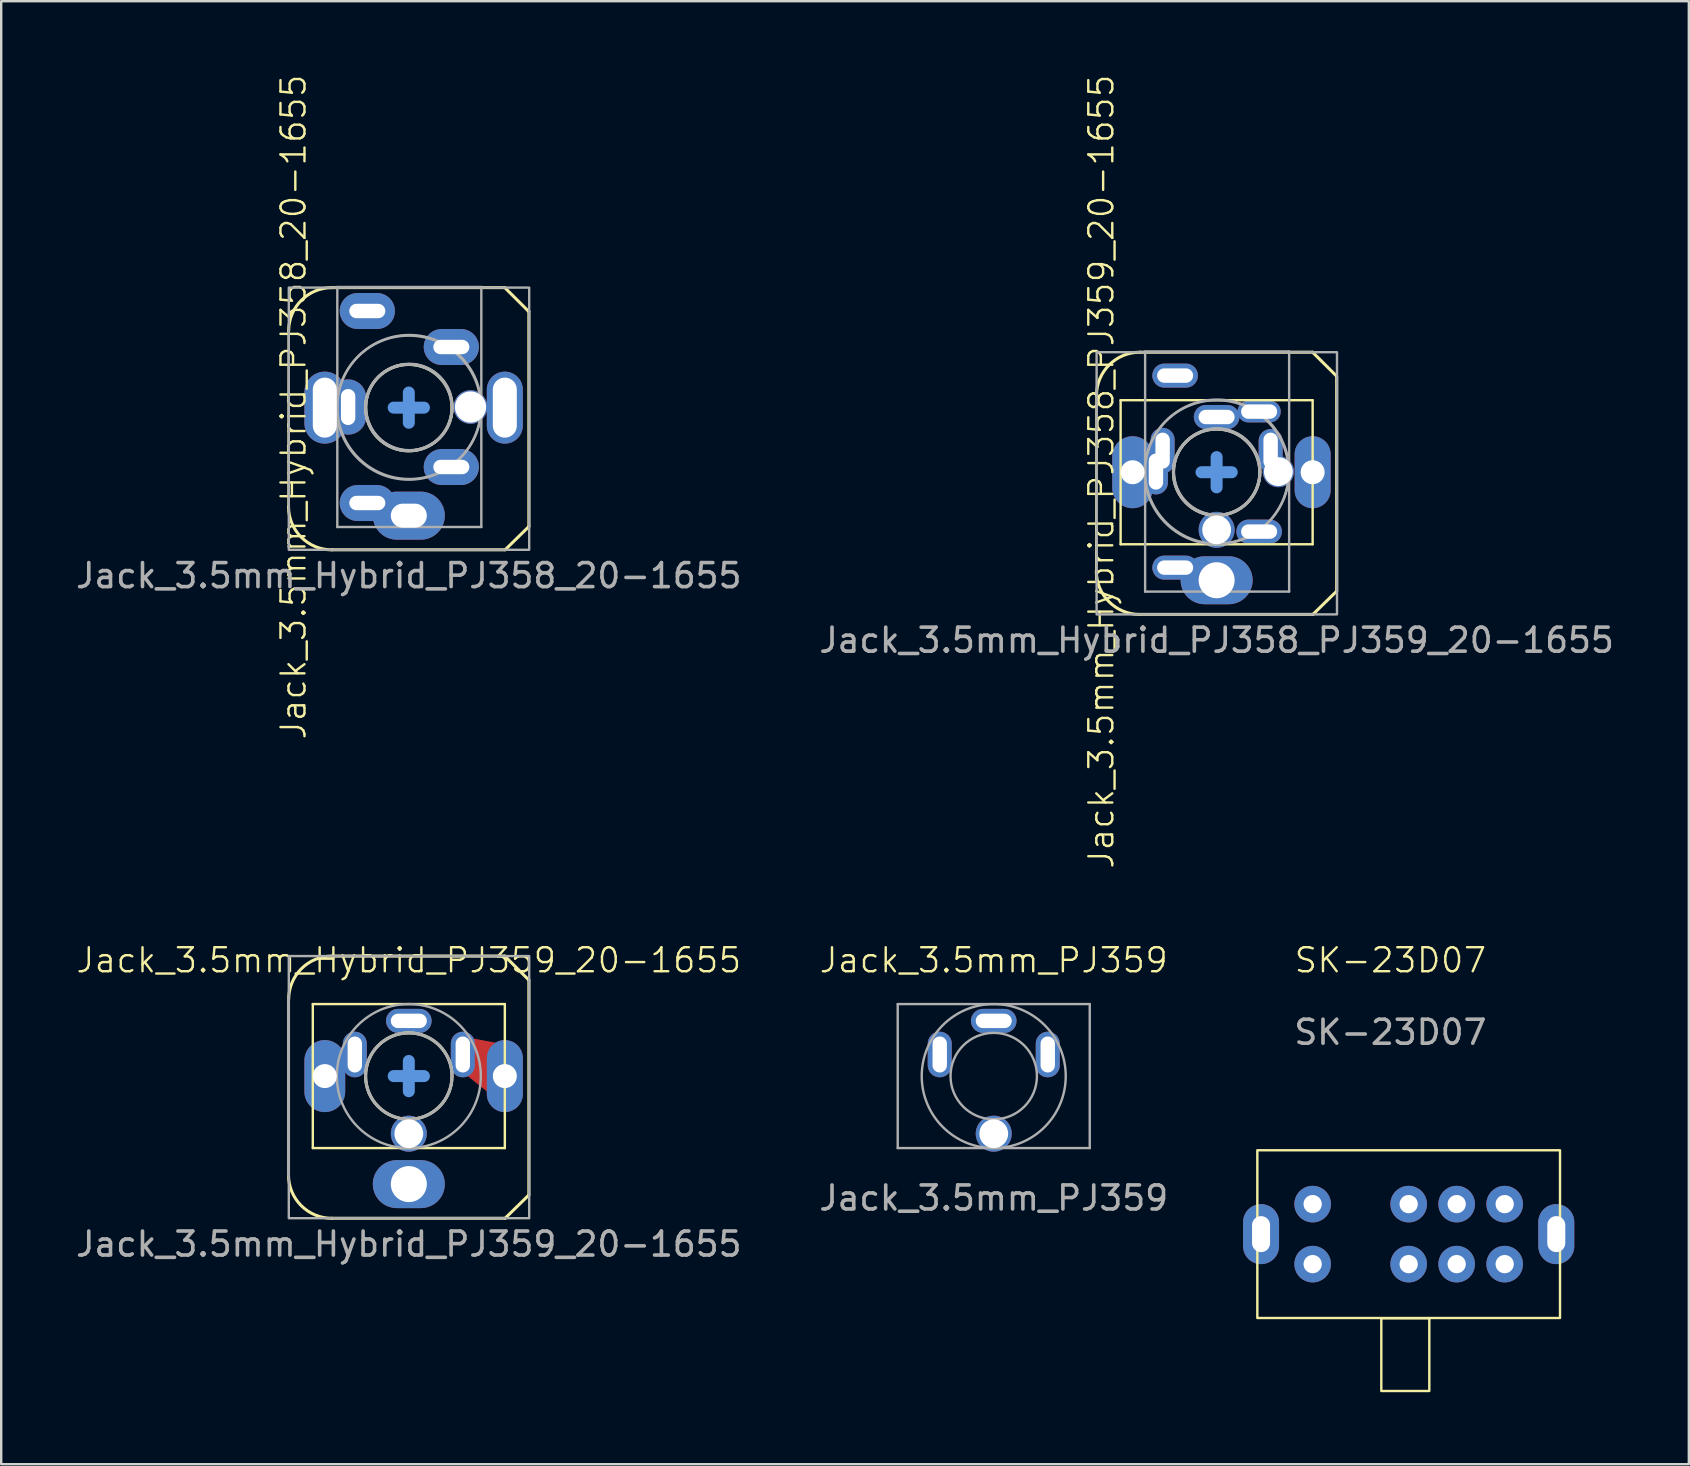
<source format=kicad_pcb>
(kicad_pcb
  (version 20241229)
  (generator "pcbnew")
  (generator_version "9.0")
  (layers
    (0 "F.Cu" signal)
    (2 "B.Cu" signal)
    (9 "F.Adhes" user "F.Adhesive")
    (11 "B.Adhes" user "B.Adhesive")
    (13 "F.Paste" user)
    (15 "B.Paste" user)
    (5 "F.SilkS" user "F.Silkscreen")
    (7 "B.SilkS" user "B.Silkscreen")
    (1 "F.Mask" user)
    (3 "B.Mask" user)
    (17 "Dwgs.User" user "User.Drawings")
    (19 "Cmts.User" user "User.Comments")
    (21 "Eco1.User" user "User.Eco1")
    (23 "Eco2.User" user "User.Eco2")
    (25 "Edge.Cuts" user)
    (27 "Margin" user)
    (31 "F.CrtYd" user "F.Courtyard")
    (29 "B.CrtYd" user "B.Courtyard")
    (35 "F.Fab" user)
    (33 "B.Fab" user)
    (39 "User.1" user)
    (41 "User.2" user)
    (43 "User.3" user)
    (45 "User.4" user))
  (footprint "Jack_3.5mm_Hybrid_PJ358_PJ359_20-1655"
    (layer "F.Cu")
    (at 47.658 16.598)
    (property "Reference" "Jack_3.5mm_Hybrid_PJ358_PJ359_20-1655" (at -4.826 0 90) (unlocked yes) (layer "F.SilkS") (effects (font (size 1 1) (thickness 0.1))))
    (attr through_hole)
    (fp_line (start -5.033 4.148) (end -5.026 -3.171) (stroke (width 0.1) (type default)) (layer "F.SilkS"))
    (fp_line (start -4.021 -2.974) (end 3.979 -2.974) (stroke (width 0.1) (type default)) (layer "F.SilkS"))
    (fp_line (start -4.021 3.026) (end -4.021 -2.974) (stroke (width 0.1) (type default)) (layer "F.SilkS"))
    (fp_line (start -3.22 -4.974) (end 3.977 -4.974) (stroke (width 0.127) (type solid)) (layer "F.SilkS"))
    (fp_line (start 3.979 -2.974) (end 3.979 3.026) (stroke (width 0.1) (type default)) (layer "F.SilkS"))
    (fp_line (start 3.979 3.026) (end -4.021 3.026) (stroke (width 0.1) (type default)) (layer "F.SilkS"))
    (fp_line (start 3.992 5.948) (end -3.226 5.948) (stroke (width 0.127) (type solid)) (layer "F.SilkS"))
    (fp_line (start 4.981 -3.974) (end 3.977 -4.974) (stroke (width 0.127) (type solid)) (layer "F.SilkS"))
    (fp_line (start 4.981 4.952) (end 4.981 -3.974) (stroke (width 0.127) (type solid)) (layer "F.SilkS"))
    (fp_line (start 4.984 4.977) (end 3.992 5.948) (stroke (width 0.127) (type solid)) (layer "F.SilkS"))
    (fp_arc (start -5.026421 -3.170972) (mid -4.4965 -4.446513) (end -3.219846 -4.973747) (stroke (width 0.127) (type solid)) (layer "F.SilkS"))
    (fp_arc (start -3.226073 5.951232) (mid -4.502726 5.423998) (end -5.032648 4.148457) (stroke (width 0.127) (type solid)) (layer "F.SilkS"))
    (fp_circle (center -0.021 0.026) (end 1.779 0.026) (stroke (width 0.127) (type solid)) (fill no) (layer "F.SilkS"))
    (fp_line (start -0.021 -0.604) (end -0.021 0.026) (stroke (width 0.5) (type solid)) (layer "Cmts.User"))
    (fp_line (start -0.021 0.026) (end -0.651 0.026) (stroke (width 0.5) (type solid)) (layer "Cmts.User"))
    (fp_line (start -0.021 0.026) (end -0.021 0.656) (stroke (width 0.5) (type solid)) (layer "Cmts.User"))
    (fp_line (start 0.609 0.026) (end -0.021 0.026) (stroke (width 0.5) (type solid)) (layer "Cmts.User"))
    (fp_line (start -3 -5) (end 3 -5) (stroke (width 0.1) (type default)) (layer "F.Fab"))
    (fp_line (start -3 5) (end -3 -5) (stroke (width 0.1) (type default)) (layer "F.Fab"))
    (fp_line (start 3 -5) (end 3 5) (stroke (width 0.1) (type default)) (layer "F.Fab"))
    (fp_line (start 3 5) (end -3 5) (stroke (width 0.1) (type default)) (layer "F.Fab"))
    (fp_rect (start -5.021 -4.974) (end 4.994 5.948) (stroke (width 0.1) (type default)) (fill no) (layer "F.Fab"))
    (fp_circle (center -0.021 0.026) (end -0.021 1.826) (stroke (width 0.127) (type solid)) (fill no) (layer "F.Fab"))
    (fp_circle (center -0.021 0.026) (end 1.779 0.026) (stroke (width 0.1) (type default)) (fill no) (layer "F.Fab"))
    (fp_circle (center -0.021 0.026) (end 2.979 0.026) (stroke (width 0.1) (type default)) (fill no) (layer "F.Fab"))
    (fp_circle (center 0 0) (end 0 -3) (stroke (width 0.1) (type default)) (fill no) (layer "F.Fab"))
    (fp_circle (center 0 0) (end 0 -1.8) (stroke (width 0.1) (type default)) (fill no) (layer "F.Fab"))
    (fp_text user "${REFERENCE}" (at -0.021 7.026 0) (unlocked yes) (layer "F.Fab") (effects (font (size 1 1) (thickness 0.15))))
    (pad "" np_thru_hole circle (at -0.021 2.426 90) (size 1.5 1.5) (drill 1.2) (layers "*.Cu" "*.Mask"))
    (pad "R" thru_hole oval (at -1.75 4 90) (size 1 1.9) (drill oval 0.6 1.5) (layers "*.Cu" "*.Mask"))
    (pad "R" thru_hole oval (at 1.75 2.5 90) (size 1 1.9) (drill oval 0.6 1.5) (layers "*.Cu" "*.Mask"))
    (pad "R" thru_hole oval (at 2.229 -0.874) (size 1 1.8) (drill oval 0.6 1.5) (layers "*.Cu" "*.Mask"))
    (pad "R" thru_hole circle (at 2.55 0 180) (size 1.3 1.3) (drill 1.2) (layers "*.Cu" "*.Mask"))
    (pad "R" thru_hole oval (at 3.979 0.026 270) (size 3 1.5) (drill 1) (layers "*.Cu" "*.Mask"))
    (pad "S" thru_hole oval (at -3.521 0.026 90) (size 3 1.7) (drill 1) (layers "*.Cu" "*.Mask"))
    (pad "S" thru_hole oval (at -2.55 0 180) (size 1 1.9) (drill oval 0.6 1.5) (layers "*.Cu" "*.Mask"))
    (pad "S" thru_hole oval (at -2.271 -0.874) (size 1 1.9) (drill oval 0.6 1.5) (layers "*.Cu" "*.Mask"))
    (pad "T" thru_hole oval (at -1.75 -4 90) (size 1 1.9) (drill oval 0.6 1.5) (layers "*.Cu" "*.Mask"))
    (pad "T" thru_hole oval (at -0.021 -2.274 90) (size 1 1.9) (drill oval 0.6 1.5) (layers "*.Cu" "*.Mask"))
    (pad "T" thru_hole oval (at -0.021 4.526) (size 3 2) (drill 1.5) (layers "*.Cu" "*.Mask"))
    (pad "T" thru_hole oval (at 1.75 -2.5 90) (size 0.9 1.8) (drill oval 0.6 1.5) (layers "*.Cu" "*.Mask")))
  (footprint "SK-23D07"
    (layer "F.Cu")
    (at 54.878 37.456)
    (property "Reference" "SK-23D07" (at 0 -0.5 0) (unlocked yes) (layer "F.SilkS") (effects (font (size 1 1) (thickness 0.1))))
    (attr through_hole)
    (fp_rect (start -5.545 7.415) (end 7.065 14.405) (stroke (width 0.1) (type default)) (fill no) (layer "F.SilkS"))
    (fp_rect (start -0.38 14.415) (end 1.62 17.445) (stroke (width 0.1) (type default)) (fill no) (layer "F.SilkS"))
    (fp_text user "${REFERENCE}" (at 0 2.5 0) (unlocked yes) (layer "F.Fab") (effects (font (size 1 1) (thickness 0.15))))
    (pad "1" thru_hole circle (at 4.76 12.16) (size 1.524 1.524) (drill 0.762) (layers "*.Cu" "*.Mask"))
    (pad "2" thru_hole circle (at 2.76 12.16) (size 1.524 1.524) (drill 0.762) (layers "*.Cu" "*.Mask"))
    (pad "3" thru_hole circle (at 0.76 12.16) (size 1.524 1.524) (drill 0.762) (layers "*.Cu" "*.Mask"))
    (pad "4" thru_hole circle (at -3.24 12.16) (size 1.524 1.524) (drill 0.762) (layers "*.Cu" "*.Mask"))
    (pad "5" thru_hole circle (at 4.76 9.66) (size 1.524 1.524) (drill 0.762) (layers "*.Cu" "*.Mask"))
    (pad "6" thru_hole circle (at 2.76 9.66) (size 1.524 1.524) (drill 0.762) (layers "*.Cu" "*.Mask"))
    (pad "7" thru_hole circle (at 0.76 9.66) (size 1.524 1.524) (drill 0.762) (layers "*.Cu" "*.Mask"))
    (pad "8" thru_hole circle (at -3.24 9.66) (size 1.524 1.524) (drill 0.762) (layers "*.Cu" "*.Mask"))
    (pad "9" thru_hole oval (at -5.39 10.91) (size 1.5 2.5) (drill oval 0.75 1.5) (layers "*.Cu" "*.Mask"))
    (pad "9" thru_hole oval (at 6.91 10.91) (size 1.5 2.5) (drill oval 0.75 1.5) (layers "*.Cu" "*.Mask")))
  (footprint "Jack_3.5mm_Hybrid_PJ359_20-1655"
    (layer "F.Cu")
    (at 13.982 41.782)
    (property "Reference" "Jack_3.5mm_Hybrid_PJ359_20-1655" (at 0 -4.826 0) (unlocked yes) (layer "F.SilkS") (effects (font (size 1 1) (thickness 0.1))))
    (attr through_hole)
    (fp_poly (pts (xy 2.5 -1.5) (xy 3.79 -1.257) (xy 3.778 0.935) (xy 2.497 -0.092)) (stroke (width 0.2) (type solid)) (fill yes) (layer "F.Cu"))
    (fp_line (start -4 -3) (end 4 -3) (stroke (width 0.1) (type default)) (layer "F.SilkS"))
    (fp_line (start -4 3) (end -4 -3) (stroke (width 0.1) (type default)) (layer "F.SilkS"))
    (fp_line (start -3.199 -5) (end 3.998 -5) (stroke (width 0.127) (type solid)) (layer "F.SilkS"))
    (fp_line (start 4 -3) (end 4 3) (stroke (width 0.1) (type default)) (layer "F.SilkS"))
    (fp_line (start 4 3) (end -4 3) (stroke (width 0.1) (type default)) (layer "F.SilkS"))
    (fp_line (start 4.013 5.922) (end -3.205 5.922) (stroke (width 0.127) (type solid)) (layer "F.SilkS"))
    (fp_line (start 5.002 -4) (end 3.998 -5) (stroke (width 0.127) (type solid)) (layer "F.SilkS"))
    (fp_line (start 5.002 4.926) (end 5.002 -4) (stroke (width 0.127) (type solid)) (layer "F.SilkS"))
    (fp_line (start 5.005 4.951) (end 4.013 5.922) (stroke (width 0.127) (type solid)) (layer "F.SilkS"))
    (fp_arc (start -5.0057 -3.197225) (mid -4.475779 -4.472766) (end -3.199125 -5) (stroke (width 0.127) (type solid)) (layer "F.SilkS"))
    (fp_arc (start -3.205352 5.924979) (mid -4.482006 5.397745) (end -5.011927 4.122204) (stroke (width 0.127) (type solid)) (layer "F.SilkS"))
    (fp_circle (center 0 0) (end 1.8 0) (stroke (width 0.127) (type solid)) (fill no) (layer "F.SilkS"))
    (fp_line (start 0 -0.63) (end 0 0) (stroke (width 0.5) (type solid)) (layer "Cmts.User"))
    (fp_line (start 0 0) (end -0.63 0) (stroke (width 0.5) (type solid)) (layer "Cmts.User"))
    (fp_line (start 0 0) (end 0 0.63) (stroke (width 0.5) (type solid)) (layer "Cmts.User"))
    (fp_line (start 0.63 0) (end 0 0) (stroke (width 0.5) (type solid)) (layer "Cmts.User"))
    (fp_line (start -5.012 -3.202) (end -5.012 4.122) (stroke (width 0.127) (type solid)) (layer "F.Fab"))
    (fp_rect (start -5 -5) (end 5.015 5.922) (stroke (width 0.1) (type default)) (fill no) (layer "F.Fab"))
    (fp_circle (center 0 0) (end 0 1.8) (stroke (width 0.127) (type solid)) (fill no) (layer "F.Fab"))
    (fp_circle (center 0 0) (end 1.8 0) (stroke (width 0.1) (type default)) (fill no) (layer "F.Fab"))
    (fp_circle (center 0 0) (end 3 0) (stroke (width 0.1) (type default)) (fill no) (layer "F.Fab"))
    (fp_text user "${REFERENCE}" (at 0 7 0) (unlocked yes) (layer "F.Fab") (effects (font (size 1 1) (thickness 0.15))))
    (pad "" np_thru_hole circle (at 0 2.4 90) (size 1.5 1.5) (drill 1.2) (layers "*.Cu" "*.Mask"))
    (pad "R" thru_hole oval (at 2.25 -0.9) (size 1 1.9) (drill oval 0.6 1.5) (layers "*.Cu" "*.Mask"))
    (pad "R" thru_hole oval (at 4 0 270) (size 3 1.5) (drill 1) (layers "*.Cu" "*.Mask"))
    (pad "S" thru_hole oval (at -3.5 0 90) (size 3 1.7) (drill 1) (layers "*.Cu" "*.Mask"))
    (pad "S" thru_hole oval (at -2.25 -0.9) (size 1 1.9) (drill oval 0.6 1.5) (layers "*.Cu" "*.Mask"))
    (pad "T" thru_hole oval (at 0 -2.3 90) (size 1 1.9) (drill oval 0.6 1.5) (layers "*.Cu" "*.Mask"))
    (pad "T" thru_hole oval (at 0 4.5) (size 3 2) (drill 1.5) (layers "*.Cu" "*.Mask")))
  (footprint "Jack_3.5mm_PJ359"
    (layer "F.Cu")
    (at 38.351 41.782)
    (property "Reference" "Jack_3.5mm_PJ359" (at 0 -4.826 0) (unlocked yes) (layer "F.SilkS") (effects (font (size 1 1) (thickness 0.1))))
    (attr through_hole)
    (fp_line (start -4 -3) (end 4 -3) (stroke (width 0.1) (type default)) (layer "F.Fab"))
    (fp_line (start -4 3) (end -4 -3) (stroke (width 0.1) (type default)) (layer "F.Fab"))
    (fp_line (start 4 -3) (end 4 3) (stroke (width 0.1) (type default)) (layer "F.Fab"))
    (fp_line (start 4 3) (end -4 3) (stroke (width 0.1) (type default)) (layer "F.Fab"))
    (fp_circle (center 0 0) (end 1.8 0) (stroke (width 0.1) (type default)) (fill no) (layer "F.Fab"))
    (fp_circle (center 0 0) (end 3 0) (stroke (width 0.1) (type default)) (fill no) (layer "F.Fab"))
    (fp_text user "${REFERENCE}" (at 0 5.08 0) (unlocked yes) (layer "F.Fab") (effects (font (size 1 1) (thickness 0.15))))
    (pad "" np_thru_hole circle (at 0 2.4 90) (size 1.5 1.5) (drill 1.2) (layers "*.Cu" "*.Mask"))
    (pad "R" thru_hole oval (at 2.25 -0.9) (size 1 1.9) (drill oval 0.6 1.5) (layers "*.Cu" "*.Mask"))
    (pad "S" thru_hole oval (at -2.25 -0.9) (size 1 1.9) (drill oval 0.6 1.5) (layers "*.Cu" "*.Mask"))
    (pad "T" thru_hole oval (at 0 -2.3 90) (size 1 1.9) (drill oval 0.6 1.5) (layers "*.Cu" "*.Mask")))
  (footprint "Jack_3.5mm_Hybrid_PJ358_20-1655"
    (layer "F.Cu")
    (at 14.003 13.907)
    (property "Reference" "Jack_3.5mm_Hybrid_PJ358_20-1655" (at -4.826 0 90) (unlocked yes) (layer "F.SilkS") (effects (font (size 1 1) (thickness 0.1))))
    (attr through_hole)
    (fp_line (start -5.033 4.148) (end -5.026 -3.171) (stroke (width 0.1) (type default)) (layer "F.SilkS"))
    (fp_line (start -3.22 -4.974) (end 3.977 -4.974) (stroke (width 0.127) (type solid)) (layer "F.SilkS"))
    (fp_line (start 3.992 5.948) (end -3.226 5.948) (stroke (width 0.127) (type solid)) (layer "F.SilkS"))
    (fp_line (start 4.981 -3.974) (end 3.977 -4.974) (stroke (width 0.127) (type solid)) (layer "F.SilkS"))
    (fp_line (start 4.981 4.952) (end 4.981 -3.974) (stroke (width 0.127) (type solid)) (layer "F.SilkS"))
    (fp_line (start 4.984 4.977) (end 3.992 5.948) (stroke (width 0.127) (type solid)) (layer "F.SilkS"))
    (fp_arc (start -5.026421 -3.170972) (mid -4.4965 -4.446513) (end -3.219846 -4.973747) (stroke (width 0.127) (type solid)) (layer "F.SilkS"))
    (fp_arc (start -3.226073 5.951232) (mid -4.502726 5.423998) (end -5.032648 4.148457) (stroke (width 0.127) (type solid)) (layer "F.SilkS"))
    (fp_circle (center -0.021 0.026) (end 1.779 0.026) (stroke (width 0.127) (type solid)) (fill no) (layer "F.SilkS"))
    (fp_line (start -0.021 -0.604) (end -0.021 0.026) (stroke (width 0.5) (type solid)) (layer "Cmts.User"))
    (fp_line (start -0.021 0.026) (end -0.651 0.026) (stroke (width 0.5) (type solid)) (layer "Cmts.User"))
    (fp_line (start -0.021 0.026) (end -0.021 0.656) (stroke (width 0.5) (type solid)) (layer "Cmts.User"))
    (fp_line (start 0.609 0.026) (end -0.021 0.026) (stroke (width 0.5) (type solid)) (layer "Cmts.User"))
    (fp_line (start -3 -5) (end 3 -5) (stroke (width 0.1) (type default)) (layer "F.Fab"))
    (fp_line (start -3 5) (end -3 -5) (stroke (width 0.1) (type default)) (layer "F.Fab"))
    (fp_line (start 3 -5) (end 3 5) (stroke (width 0.1) (type default)) (layer "F.Fab"))
    (fp_line (start 3 5) (end -3 5) (stroke (width 0.1) (type default)) (layer "F.Fab"))
    (fp_rect (start -5.021 -4.974) (end 4.994 5.948) (stroke (width 0.1) (type default)) (fill no) (layer "F.Fab"))
    (fp_circle (center -0.021 0.026) (end -0.021 1.826) (stroke (width 0.127) (type solid)) (fill no) (layer "F.Fab"))
    (fp_circle (center -0.021 0.026) (end 1.779 0.026) (stroke (width 0.1) (type default)) (fill no) (layer "F.Fab"))
    (fp_circle (center -0.021 0.026) (end 2.979 0.026) (stroke (width 0.1) (type default)) (fill no) (layer "F.Fab"))
    (fp_circle (center 0 0) (end 0 -3) (stroke (width 0.1) (type default)) (fill no) (layer "F.Fab"))
    (fp_circle (center 0 0) (end 0 -1.8) (stroke (width 0.1) (type default)) (fill no) (layer "F.Fab"))
    (fp_text user "${REFERENCE}" (at -0.021 7.026 0) (unlocked yes) (layer "F.Fab") (effects (font (size 1 1) (thickness 0.15))))
    (pad "R" thru_hole oval (at -1.75 4 90) (size 1.5 2.3) (drill oval 0.6 1.5) (layers "*.Cu" "*.Mask"))
    (pad "R" thru_hole oval (at 1.75 2.5 90) (size 1.5 2.3) (drill oval 0.6 1.5) (layers "*.Cu" "*.Mask"))
    (pad "R" thru_hole circle (at 2.55 0 180) (size 1.4 1.4) (drill 1.3) (layers "*.Cu" "*.Mask"))
    (pad "R" thru_hole oval (at 3.979 0.026 270) (size 3 1.5) (drill oval 2.5 1) (layers "*.Cu" "*.Mask"))
    (pad "S" thru_hole oval (at -3.521 0.026 90) (size 3 1.7) (drill oval 2.5 1) (layers "*.Cu" "*.Mask"))
    (pad "S" thru_hole oval (at -2.55 0 180) (size 1.5 2.3) (drill oval 0.6 1.5) (layers "*.Cu" "*.Mask"))
    (pad "T" thru_hole oval (at -1.75 -4 90) (size 1.5 2.3) (drill oval 0.6 1.5) (layers "*.Cu" "*.Mask"))
    (pad "T" thru_hole oval (at -0.021 4.526) (size 3 2) (drill oval 1.5 1) (layers "*.Cu" "*.Mask"))
    (pad "T" thru_hole oval (at 1.75 -2.5 90) (size 1.5 2.3) (drill oval 0.6 1.5) (layers "*.Cu" "*.Mask")))
  (gr_rect
    (start -3 -3)
    (end 67.31 57.951)
    (stroke (width 0.1) (type default))
    (fill no)
    (layer "Edge.Cuts")))
</source>
